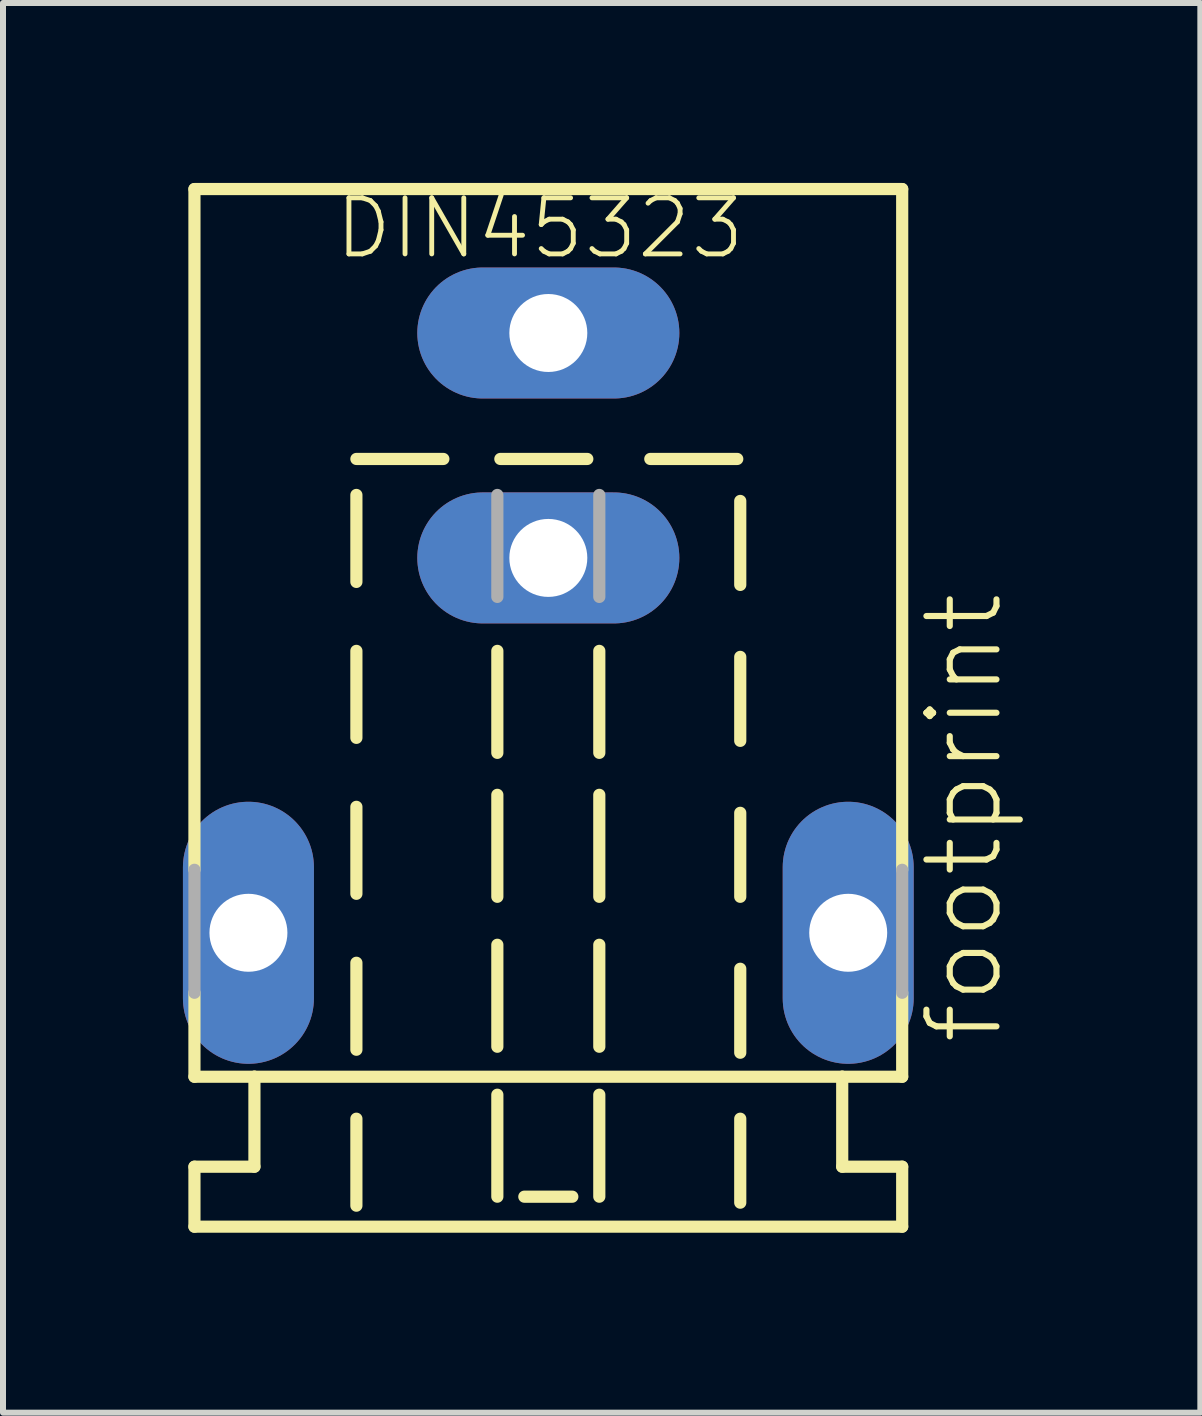
<source format=kicad_pcb>
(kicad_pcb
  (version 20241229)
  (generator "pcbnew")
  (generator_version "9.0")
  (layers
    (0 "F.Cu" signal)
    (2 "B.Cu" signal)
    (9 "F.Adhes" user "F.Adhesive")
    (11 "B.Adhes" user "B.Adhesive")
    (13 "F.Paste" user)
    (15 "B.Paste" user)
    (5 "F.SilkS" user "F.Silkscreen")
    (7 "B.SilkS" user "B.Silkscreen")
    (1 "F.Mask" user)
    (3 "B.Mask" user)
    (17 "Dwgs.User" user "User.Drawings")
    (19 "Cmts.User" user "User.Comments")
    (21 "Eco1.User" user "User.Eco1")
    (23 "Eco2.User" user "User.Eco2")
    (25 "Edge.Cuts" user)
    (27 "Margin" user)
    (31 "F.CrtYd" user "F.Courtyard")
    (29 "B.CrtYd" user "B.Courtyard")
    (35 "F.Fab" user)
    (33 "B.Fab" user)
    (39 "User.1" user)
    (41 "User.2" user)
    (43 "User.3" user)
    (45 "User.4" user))
  (footprint "footprint"
    (layer "F.Cu")
    (at 6.092 12.502)
    (property "Reference" "footprint" (at 7.62 1.905 90) (layer "F.SilkS") (effects (font (size 1.168 1.168) (thickness 0.102)) (justify left bottom)))
    (fp_line (start -5.9 -12.4) (end 5.9 -12.4) (stroke (width 0.203) (type solid)) (layer "F.SilkS"))
    (fp_line (start -5.9 -1.05) (end -5.9 -12.4) (stroke (width 0.203) (type solid)) (layer "F.SilkS"))
    (fp_line (start -5.9 2.4) (end -5.9 1) (stroke (width 0.203) (type solid)) (layer "F.SilkS"))
    (fp_line (start -5.9 3.9) (end -4.9 3.9) (stroke (width 0.203) (type solid)) (layer "F.SilkS"))
    (fp_line (start -5.9 4.9) (end -5.9 3.9) (stroke (width 0.203) (type solid)) (layer "F.SilkS"))
    (fp_line (start -5.9 4.9) (end 5.9 4.9) (stroke (width 0.203) (type solid)) (layer "F.SilkS"))
    (fp_line (start -4.9 2.4) (end -5.9 2.4) (stroke (width 0.203) (type solid)) (layer "F.SilkS"))
    (fp_line (start -4.9 2.4) (end 4.9 2.4) (stroke (width 0.203) (type solid)) (layer "F.SilkS"))
    (fp_line (start -4.9 3.9) (end -4.9 2.4) (stroke (width 0.203) (type solid)) (layer "F.SilkS"))
    (fp_line (start -3.2 -7.9) (end -1.75 -7.9) (stroke (width 0.203) (type solid)) (layer "F.SilkS"))
    (fp_line (start -3.2 -7.3) (end -3.2 -5.85) (stroke (width 0.203) (type solid)) (layer "F.SilkS"))
    (fp_line (start -3.2 -4.7) (end -3.2 -3.25) (stroke (width 0.203) (type solid)) (layer "F.SilkS"))
    (fp_line (start -3.2 -2.1) (end -3.2 -0.65) (stroke (width 0.203) (type solid)) (layer "F.SilkS"))
    (fp_line (start -3.2 0.5) (end -3.2 1.95) (stroke (width 0.203) (type solid)) (layer "F.SilkS"))
    (fp_line (start -3.2 3.1) (end -3.2 4.55) (stroke (width 0.203) (type solid)) (layer "F.SilkS"))
    (fp_line (start -0.85 -4.7) (end -0.85 -3) (stroke (width 0.203) (type solid)) (layer "F.SilkS"))
    (fp_line (start -0.85 -2.3) (end -0.85 -0.6) (stroke (width 0.203) (type solid)) (layer "F.SilkS"))
    (fp_line (start -0.85 0.2) (end -0.85 1.9) (stroke (width 0.203) (type solid)) (layer "F.SilkS"))
    (fp_line (start -0.85 2.7) (end -0.85 4.4) (stroke (width 0.203) (type solid)) (layer "F.SilkS"))
    (fp_line (start -0.8 -7.9) (end 0.65 -7.9) (stroke (width 0.203) (type solid)) (layer "F.SilkS"))
    (fp_line (start -0.4 4.4) (end 0.4 4.4) (stroke (width 0.203) (type solid)) (layer "F.SilkS"))
    (fp_line (start 0.85 -4.7) (end 0.85 -3) (stroke (width 0.203) (type solid)) (layer "F.SilkS"))
    (fp_line (start 0.85 -2.3) (end 0.85 -0.6) (stroke (width 0.203) (type solid)) (layer "F.SilkS"))
    (fp_line (start 0.85 0.2) (end 0.85 1.9) (stroke (width 0.203) (type solid)) (layer "F.SilkS"))
    (fp_line (start 0.85 2.7) (end 0.85 4.4) (stroke (width 0.203) (type solid)) (layer "F.SilkS"))
    (fp_line (start 1.7 -7.9) (end 3.15 -7.9) (stroke (width 0.203) (type solid)) (layer "F.SilkS"))
    (fp_line (start 3.2 -7.2) (end 3.2 -5.8) (stroke (width 0.203) (type solid)) (layer "F.SilkS"))
    (fp_line (start 3.2 -4.6) (end 3.2 -3.2) (stroke (width 0.203) (type solid)) (layer "F.SilkS"))
    (fp_line (start 3.2 -2) (end 3.2 -0.6) (stroke (width 0.203) (type solid)) (layer "F.SilkS"))
    (fp_line (start 3.2 0.6) (end 3.2 2) (stroke (width 0.203) (type solid)) (layer "F.SilkS"))
    (fp_line (start 3.2 3.1) (end 3.2 4.5) (stroke (width 0.203) (type solid)) (layer "F.SilkS"))
    (fp_line (start 4.9 2.4) (end 4.9 3.9) (stroke (width 0.203) (type solid)) (layer "F.SilkS"))
    (fp_line (start 4.9 3.9) (end 5.9 3.9) (stroke (width 0.203) (type solid)) (layer "F.SilkS"))
    (fp_line (start 5.9 -1.05) (end 5.9 -12.4) (stroke (width 0.203) (type solid)) (layer "F.SilkS"))
    (fp_line (start 5.9 2.4) (end 4.9 2.4) (stroke (width 0.203) (type solid)) (layer "F.SilkS"))
    (fp_line (start 5.9 2.4) (end 5.9 1) (stroke (width 0.203) (type solid)) (layer "F.SilkS"))
    (fp_line (start 5.9 4.9) (end 5.9 3.9) (stroke (width 0.203) (type solid)) (layer "F.SilkS"))
    (fp_line (start -5.9 -1.05) (end -5.9 1) (stroke (width 0.203) (type solid)) (layer "F.Fab"))
    (fp_line (start -0.85 -7.3) (end -0.85 -5.6) (stroke (width 0.203) (type solid)) (layer "F.Fab"))
    (fp_line (start 0.85 -7.3) (end 0.85 -5.6) (stroke (width 0.203) (type solid)) (layer "F.Fab"))
    (fp_line (start 5.9 -1.05) (end 5.9 1) (stroke (width 0.203) (type solid)) (layer "F.Fab"))
    (fp_text user "DIN45323" (at -3.6 -11.2 0) (layer "F.SilkS") (effects (font (size 0.935 0.935) (thickness 0.081)) (justify left bottom)))
    (pad "+" thru_hole oval (at 0 -10) (size 4.369 2.184) (drill 1.3) (layers "*.Cu" "*.Mask"))
    (pad "-1" thru_hole oval (at 5 0 90) (size 4.369 2.184) (drill 1.3) (layers "*.Cu" "*.Mask"))
    (pad "-2" thru_hole oval (at -5 0 90) (size 4.369 2.184) (drill 1.3) (layers "*.Cu" "*.Mask"))
    (pad "K" thru_hole oval (at 0 -6.25) (size 4.369 2.184) (drill 1.3) (layers "*.Cu" "*.Mask")))
  (gr_rect
    (start -3 -3)
    (end 16.963 20.503)
    (stroke (width 0.1) (type default))
    (fill no)
    (layer "Edge.Cuts")))
</source>
